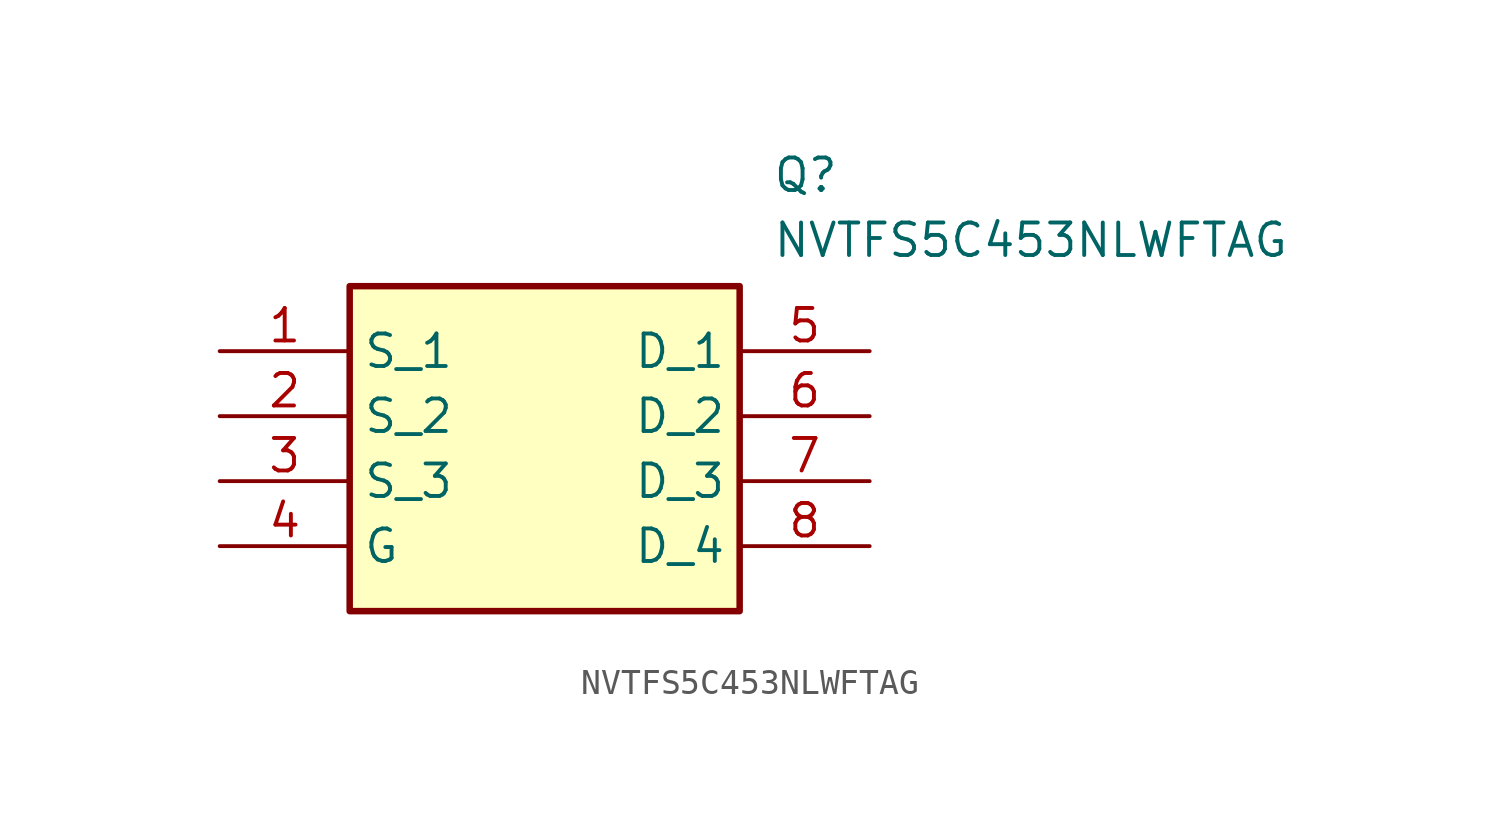
<source format=kicad_sym>
(kicad_symbol_lib
  (version 20211014)
  (generator SamacSys_ECAD_Model)
  (symbol "NVTFS5C453NLWFTAG"
    (property "Reference" "Q"
      (at 21.59 7.62 0)
      (effects (font (size 1.27 1.27)) (justify left top)))
    (property "Value" "NVTFS5C453NLWFTAG"
      (at 21.59 5.08 0)
      (effects (font (size 1.27 1.27)) (justify left top)))
    (rectangle
      (start 5.08 2.54)
      (end 20.32 -10.16)
      (stroke (width 0.254) (type default))
      (fill (type background)))
    (pin passive line
      (at 0 0 0)
      (length 5.08)
      (name "S_1" (effects (font (size 1.27 1.27))))
      (number "1" (effects (font (size 1.27 1.27)))))
    (pin passive line
      (at 0 -2.54 0)
      (length 5.08)
      (name "S_2" (effects (font (size 1.27 1.27))))
      (number "2" (effects (font (size 1.27 1.27)))))
    (pin passive line
      (at 0 -5.08 0)
      (length 5.08)
      (name "S_3" (effects (font (size 1.27 1.27))))
      (number "3" (effects (font (size 1.27 1.27)))))
    (pin passive line
      (at 0 -7.62 0)
      (length 5.08)
      (name "G" (effects (font (size 1.27 1.27))))
      (number "4" (effects (font (size 1.27 1.27)))))
    (pin passive line
      (at 25.4 0 180)
      (length 5.08)
      (name "D_1" (effects (font (size 1.27 1.27))))
      (number "5" (effects (font (size 1.27 1.27)))))
    (pin passive line
      (at 25.4 -2.54 180)
      (length 5.08)
      (name "D_2" (effects (font (size 1.27 1.27))))
      (number "6" (effects (font (size 1.27 1.27)))))
    (pin passive line
      (at 25.4 -5.08 180)
      (length 5.08)
      (name "D_3" (effects (font (size 1.27 1.27))))
      (number "7" (effects (font (size 1.27 1.27)))))
    (pin passive line
      (at 25.4 -7.62 180)
      (length 5.08)
      (name "D_4" (effects (font (size 1.27 1.27))))
      (number "8" (effects (font (size 1.27 1.27)))))))
</source>
